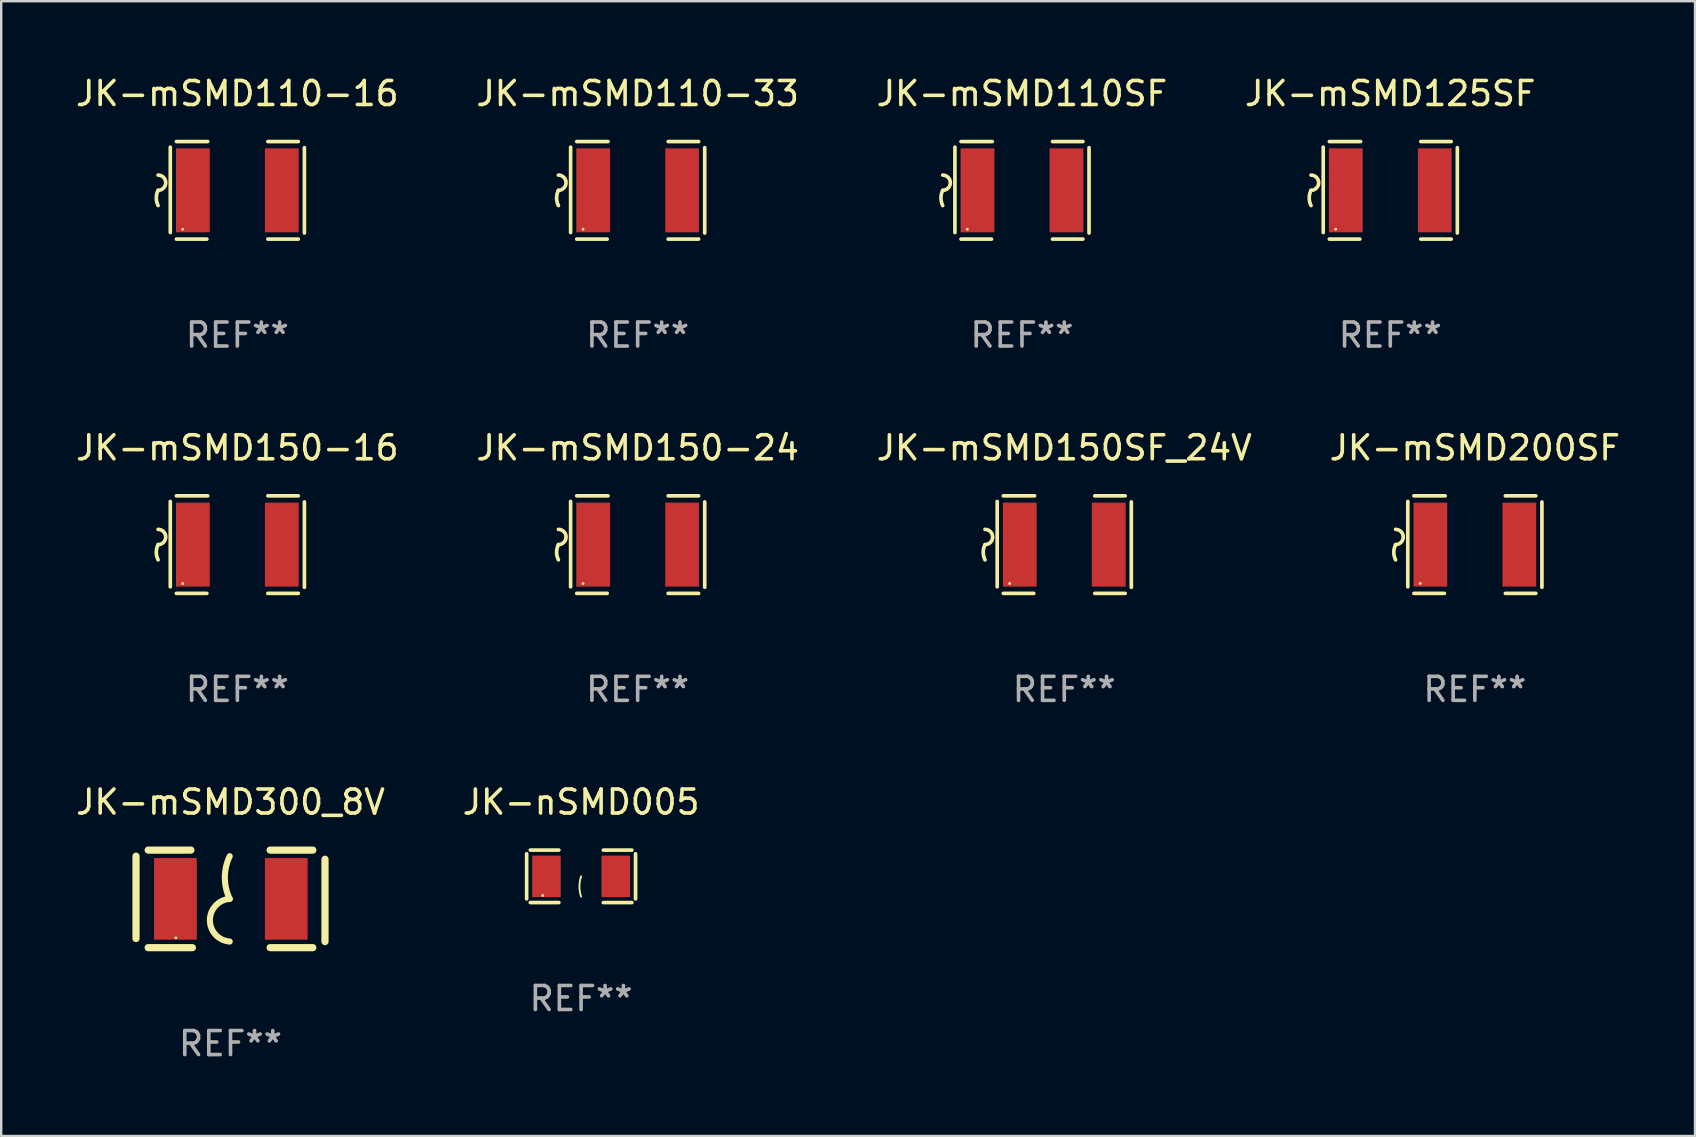
<source format=kicad_pcb>
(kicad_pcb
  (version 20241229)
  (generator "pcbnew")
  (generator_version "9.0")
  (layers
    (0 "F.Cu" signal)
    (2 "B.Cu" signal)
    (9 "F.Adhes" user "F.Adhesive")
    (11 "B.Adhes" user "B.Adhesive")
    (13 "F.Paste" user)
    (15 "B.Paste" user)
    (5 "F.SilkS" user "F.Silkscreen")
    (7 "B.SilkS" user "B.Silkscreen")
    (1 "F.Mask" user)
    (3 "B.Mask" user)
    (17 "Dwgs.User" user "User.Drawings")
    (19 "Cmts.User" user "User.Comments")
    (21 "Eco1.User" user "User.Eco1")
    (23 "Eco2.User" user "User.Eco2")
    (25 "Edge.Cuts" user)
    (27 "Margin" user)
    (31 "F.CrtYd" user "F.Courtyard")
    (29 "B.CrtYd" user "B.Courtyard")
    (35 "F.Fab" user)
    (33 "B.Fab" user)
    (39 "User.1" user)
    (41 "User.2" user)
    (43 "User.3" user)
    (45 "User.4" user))
  (footprint "JK-mSMD150SF_24V"
    (layer "F.Cu")
    (at 41.292 19.641)
    (property "Reference" "JK-mSMD150SF_24V" (at 0 -4.032 0) (layer "F.SilkS") (effects (font (size 1 1) (thickness 0.15))))
    (attr through_hole)
    (fp_line (start -2.794 -1.798) (end -2.794 1.758) (stroke (width 0.152) (type solid)) (layer "F.SilkS"))
    (fp_line (start -2.54 -2.032) (end -1.235 -2.032) (stroke (width 0.152) (type solid)) (layer "F.SilkS"))
    (fp_line (start -1.27 2.032) (end -2.54 2.032) (stroke (width 0.152) (type solid)) (layer "F.SilkS"))
    (fp_line (start 1.27 2.032) (end 2.54 2.032) (stroke (width 0.152) (type solid)) (layer "F.SilkS"))
    (fp_line (start 2.54 -2.032) (end 1.27 -2.032) (stroke (width 0.152) (type solid)) (layer "F.SilkS"))
    (fp_line (start 2.794 -1.778) (end 2.794 1.778) (stroke (width 0.152) (type solid)) (layer "F.SilkS"))
    (fp_arc (start -3.302007 -0.635002) (mid -2.984506 -0.317501) (end -3.302007 0) (stroke (width 0.151994) (type solid)) (layer "F.SilkS"))
    (fp_arc (start -3.302007 0.635002) (mid -3.376959 0.317501) (end -3.302007 0) (stroke (width 0.151994) (type solid)) (layer "F.SilkS"))
    (fp_circle (center -2.275 1.62) (end -2.245 1.62) (stroke (width 0.06) (type solid)) (fill no) (layer "F.SilkS"))
    (fp_text user "REF**" (at 0 6.032 0) (layer "F.Fab") (effects (font (size 1 1) (thickness 0.15))))
    (pad "1" smd rect (at -1.853 0) (size 1.407 3.499) (layers "F.Cu" "F.Mask" "F.Paste"))
    (pad "2" smd rect (at 1.853 0) (size 1.407 3.499) (layers "F.Cu" "F.Mask" "F.Paste")))
  (footprint "JK-mSMD110-33"
    (layer "F.Cu")
    (at 23.518 4.88)
    (property "Reference" "JK-mSMD110-33" (at 0 -4.032 0) (layer "F.SilkS") (effects (font (size 1 1) (thickness 0.15))))
    (attr through_hole)
    (fp_line (start -2.794 -1.798) (end -2.794 1.758) (stroke (width 0.152) (type solid)) (layer "F.SilkS"))
    (fp_line (start -2.54 -2.032) (end -1.235 -2.032) (stroke (width 0.152) (type solid)) (layer "F.SilkS"))
    (fp_line (start -1.27 2.032) (end -2.54 2.032) (stroke (width 0.152) (type solid)) (layer "F.SilkS"))
    (fp_line (start 1.27 2.032) (end 2.54 2.032) (stroke (width 0.152) (type solid)) (layer "F.SilkS"))
    (fp_line (start 2.54 -2.032) (end 1.27 -2.032) (stroke (width 0.152) (type solid)) (layer "F.SilkS"))
    (fp_line (start 2.794 -1.778) (end 2.794 1.778) (stroke (width 0.152) (type solid)) (layer "F.SilkS"))
    (fp_arc (start -3.302007 -0.635002) (mid -2.984506 -0.317501) (end -3.302007 0) (stroke (width 0.151994) (type solid)) (layer "F.SilkS"))
    (fp_arc (start -3.302007 0.635002) (mid -3.376959 0.317501) (end -3.302007 0) (stroke (width 0.151994) (type solid)) (layer "F.SilkS"))
    (fp_circle (center -2.275 1.62) (end -2.245 1.62) (stroke (width 0.06) (type solid)) (fill no) (layer "F.SilkS"))
    (fp_text user "REF**" (at 0 6.032 0) (layer "F.Fab") (effects (font (size 1 1) (thickness 0.15))))
    (pad "1" smd rect (at -1.853 0) (size 1.407 3.499) (layers "F.Cu" "F.Mask" "F.Paste"))
    (pad "2" smd rect (at 1.853 0) (size 1.407 3.499) (layers "F.Cu" "F.Mask" "F.Paste")))
  (footprint "JK-mSMD300_8V"
    (layer "F.Cu")
    (at 6.554 34.401)
    (property "Reference" "JK-mSMD300_8V" (at 0 -4.032 0) (layer "F.SilkS") (effects (font (size 1 1) (thickness 0.15))))
    (attr through_hole)
    (fp_line (start -3.937 -1.778) (end -3.937 1.651) (stroke (width 0.3) (type solid)) (layer "F.SilkS"))
    (fp_line (start -3.429 2.032) (end -1.588 2.032) (stroke (width 0.3) (type solid)) (layer "F.SilkS"))
    (fp_line (start -1.651 -2.032) (end -3.429 -2.032) (stroke (width 0.3) (type solid)) (layer "F.SilkS"))
    (fp_line (start 1.651 2.032) (end 3.429 2.032) (stroke (width 0.3) (type solid)) (layer "F.SilkS"))
    (fp_line (start 3.429 -2.032) (end 1.651 -2.032) (stroke (width 0.3) (type solid)) (layer "F.SilkS"))
    (fp_line (start 3.937 1.778) (end 3.937 -1.651) (stroke (width 0.3) (type solid)) (layer "F.SilkS"))
    (fp_arc (start -0.033147 -0.000001) (mid -0.236293 -0.889002) (end -0.033147 -1.778004) (stroke (width 0.254001) (type solid)) (layer "F.SilkS"))
    (fp_arc (start -0.033147 1.778004) (mid -0.858935 0.889002) (end -0.033146 0) (stroke (width 0.254001) (type solid)) (layer "F.SilkS"))
    (fp_circle (center -2.274 1.625) (end -2.244 1.625) (stroke (width 0.06) (type solid)) (fill no) (layer "F.SilkS"))
    (fp_text user "REF**" (at 0 6.032 0) (layer "F.Fab") (effects (font (size 1 1) (thickness 0.15))))
    (pad "1" smd rect (at -2.295 0) (size 1.78 3.4) (layers "F.Cu" "F.Mask" "F.Paste"))
    (pad "2" smd rect (at 2.323 0) (size 1.78 3.4) (layers "F.Cu" "F.Mask" "F.Paste")))
  (footprint "JK-mSMD110-16"
    (layer "F.Cu")
    (at 6.839 4.88)
    (property "Reference" "JK-mSMD110-16" (at 0 -4.032 0) (layer "F.SilkS") (effects (font (size 1 1) (thickness 0.15))))
    (attr through_hole)
    (fp_line (start -2.794 -1.798) (end -2.794 1.758) (stroke (width 0.152) (type solid)) (layer "F.SilkS"))
    (fp_line (start -2.54 -2.032) (end -1.235 -2.032) (stroke (width 0.152) (type solid)) (layer "F.SilkS"))
    (fp_line (start -1.27 2.032) (end -2.54 2.032) (stroke (width 0.152) (type solid)) (layer "F.SilkS"))
    (fp_line (start 1.27 2.032) (end 2.54 2.032) (stroke (width 0.152) (type solid)) (layer "F.SilkS"))
    (fp_line (start 2.54 -2.032) (end 1.27 -2.032) (stroke (width 0.152) (type solid)) (layer "F.SilkS"))
    (fp_line (start 2.794 -1.778) (end 2.794 1.778) (stroke (width 0.152) (type solid)) (layer "F.SilkS"))
    (fp_arc (start -3.302007 -0.635002) (mid -2.984506 -0.317501) (end -3.302007 0) (stroke (width 0.151994) (type solid)) (layer "F.SilkS"))
    (fp_arc (start -3.302007 0.635002) (mid -3.376959 0.317501) (end -3.302007 0) (stroke (width 0.151994) (type solid)) (layer "F.SilkS"))
    (fp_circle (center -2.275 1.62) (end -2.245 1.62) (stroke (width 0.06) (type solid)) (fill no) (layer "F.SilkS"))
    (fp_text user "REF**" (at 0 6.032 0) (layer "F.Fab") (effects (font (size 1 1) (thickness 0.15))))
    (pad "1" smd rect (at -1.853 0) (size 1.407 3.499) (layers "F.Cu" "F.Mask" "F.Paste"))
    (pad "2" smd rect (at 1.853 0) (size 1.407 3.499) (layers "F.Cu" "F.Mask" "F.Paste")))
  (footprint "JK-mSMD110SF"
    (layer "F.Cu")
    (at 39.53 4.88)
    (property "Reference" "JK-mSMD110SF" (at 0 -4.032 0) (layer "F.SilkS") (effects (font (size 1 1) (thickness 0.15))))
    (attr through_hole)
    (fp_line (start -2.794 -1.798) (end -2.794 1.758) (stroke (width 0.152) (type solid)) (layer "F.SilkS"))
    (fp_line (start -2.54 -2.032) (end -1.235 -2.032) (stroke (width 0.152) (type solid)) (layer "F.SilkS"))
    (fp_line (start -1.27 2.032) (end -2.54 2.032) (stroke (width 0.152) (type solid)) (layer "F.SilkS"))
    (fp_line (start 1.27 2.032) (end 2.54 2.032) (stroke (width 0.152) (type solid)) (layer "F.SilkS"))
    (fp_line (start 2.54 -2.032) (end 1.27 -2.032) (stroke (width 0.152) (type solid)) (layer "F.SilkS"))
    (fp_line (start 2.794 -1.778) (end 2.794 1.778) (stroke (width 0.152) (type solid)) (layer "F.SilkS"))
    (fp_arc (start -3.302007 -0.635002) (mid -2.984506 -0.317501) (end -3.302007 0) (stroke (width 0.151994) (type solid)) (layer "F.SilkS"))
    (fp_arc (start -3.302007 0.635002) (mid -3.376959 0.317501) (end -3.302007 0) (stroke (width 0.151994) (type solid)) (layer "F.SilkS"))
    (fp_circle (center -2.275 1.62) (end -2.245 1.62) (stroke (width 0.06) (type solid)) (fill no) (layer "F.SilkS"))
    (fp_text user "REF**" (at 0 6.032 0) (layer "F.Fab") (effects (font (size 1 1) (thickness 0.15))))
    (pad "1" smd rect (at -1.853 0) (size 1.407 3.499) (layers "F.Cu" "F.Mask" "F.Paste"))
    (pad "2" smd rect (at 1.853 0) (size 1.407 3.499) (layers "F.Cu" "F.Mask" "F.Paste")))
  (footprint "JK-mSMD200SF"
    (layer "F.Cu")
    (at 58.399 19.641)
    (property "Reference" "JK-mSMD200SF" (at 0 -4.032 0) (layer "F.SilkS") (effects (font (size 1 1) (thickness 0.15))))
    (attr through_hole)
    (fp_line (start -2.794 -1.798) (end -2.794 1.758) (stroke (width 0.152) (type solid)) (layer "F.SilkS"))
    (fp_line (start -2.54 -2.032) (end -1.235 -2.032) (stroke (width 0.152) (type solid)) (layer "F.SilkS"))
    (fp_line (start -1.27 2.032) (end -2.54 2.032) (stroke (width 0.152) (type solid)) (layer "F.SilkS"))
    (fp_line (start 1.27 2.032) (end 2.54 2.032) (stroke (width 0.152) (type solid)) (layer "F.SilkS"))
    (fp_line (start 2.54 -2.032) (end 1.27 -2.032) (stroke (width 0.152) (type solid)) (layer "F.SilkS"))
    (fp_line (start 2.794 -1.778) (end 2.794 1.778) (stroke (width 0.152) (type solid)) (layer "F.SilkS"))
    (fp_arc (start -3.302007 -0.635002) (mid -2.984506 -0.317501) (end -3.302007 0) (stroke (width 0.151994) (type solid)) (layer "F.SilkS"))
    (fp_arc (start -3.302007 0.635002) (mid -3.376959 0.317501) (end -3.302007 0) (stroke (width 0.151994) (type solid)) (layer "F.SilkS"))
    (fp_circle (center -2.275 1.62) (end -2.245 1.62) (stroke (width 0.06) (type solid)) (fill no) (layer "F.SilkS"))
    (fp_text user "REF**" (at 0 6.032 0) (layer "F.Fab") (effects (font (size 1 1) (thickness 0.15))))
    (pad "1" smd rect (at -1.853 0) (size 1.407 3.499) (layers "F.Cu" "F.Mask" "F.Paste"))
    (pad "2" smd rect (at 1.853 0) (size 1.407 3.499) (layers "F.Cu" "F.Mask" "F.Paste")))
  (footprint "JK-mSMD150-16"
    (layer "F.Cu")
    (at 6.839 19.641)
    (property "Reference" "JK-mSMD150-16" (at 0 -4.032 0) (layer "F.SilkS") (effects (font (size 1 1) (thickness 0.15))))
    (attr through_hole)
    (fp_line (start -2.794 -1.798) (end -2.794 1.758) (stroke (width 0.152) (type solid)) (layer "F.SilkS"))
    (fp_line (start -2.54 -2.032) (end -1.235 -2.032) (stroke (width 0.152) (type solid)) (layer "F.SilkS"))
    (fp_line (start -1.27 2.032) (end -2.54 2.032) (stroke (width 0.152) (type solid)) (layer "F.SilkS"))
    (fp_line (start 1.27 2.032) (end 2.54 2.032) (stroke (width 0.152) (type solid)) (layer "F.SilkS"))
    (fp_line (start 2.54 -2.032) (end 1.27 -2.032) (stroke (width 0.152) (type solid)) (layer "F.SilkS"))
    (fp_line (start 2.794 -1.778) (end 2.794 1.778) (stroke (width 0.152) (type solid)) (layer "F.SilkS"))
    (fp_arc (start -3.302007 -0.635002) (mid -2.984506 -0.317501) (end -3.302007 0) (stroke (width 0.151994) (type solid)) (layer "F.SilkS"))
    (fp_arc (start -3.302007 0.635002) (mid -3.376959 0.317501) (end -3.302007 0) (stroke (width 0.151994) (type solid)) (layer "F.SilkS"))
    (fp_circle (center -2.275 1.62) (end -2.245 1.62) (stroke (width 0.06) (type solid)) (fill no) (layer "F.SilkS"))
    (fp_text user "REF**" (at 0 6.032 0) (layer "F.Fab") (effects (font (size 1 1) (thickness 0.15))))
    (pad "1" smd rect (at -1.853 0) (size 1.407 3.499) (layers "F.Cu" "F.Mask" "F.Paste"))
    (pad "2" smd rect (at 1.853 0) (size 1.407 3.499) (layers "F.Cu" "F.Mask" "F.Paste")))
  (footprint "JK-nSMD005"
    (layer "F.Cu")
    (at 21.161 33.462)
    (property "Reference" "JK-nSMD005" (at 0 -3.093 0) (layer "F.SilkS") (effects (font (size 1 1) (thickness 0.15))))
    (attr through_hole)
    (fp_line (start -2.269 -0.94) (end -2.269 0.94) (stroke (width 0.152) (type solid)) (layer "F.SilkS"))
    (fp_line (start -2.116 1.093) (end -0.926 1.093) (stroke (width 0.152) (type solid)) (layer "F.SilkS"))
    (fp_line (start -0.926 -1.093) (end -2.116 -1.093) (stroke (width 0.152) (type solid)) (layer "F.SilkS"))
    (fp_line (start 0.926 -1.093) (end 2.116 -1.093) (stroke (width 0.152) (type solid)) (layer "F.SilkS"))
    (fp_line (start 2.116 1.093) (end 0.926 1.093) (stroke (width 0.152) (type solid)) (layer "F.SilkS"))
    (fp_line (start 2.269 -0.94) (end 2.269 0.94) (stroke (width 0.152) (type solid)) (layer "F.SilkS"))
    (fp_arc (start 0 0.844951) (mid -0.068559 0.422475) (end 0 0) (stroke (width 0.0762) (type solid)) (layer "F.SilkS"))
    (fp_circle (center -1.6 0.8) (end -1.57 0.8) (stroke (width 0.06) (type solid)) (fill no) (layer "F.SilkS"))
    (fp_text user "REF**" (at 0 5.093 0) (layer "F.Fab") (effects (font (size 1 1) (thickness 0.15))))
    (pad "1" smd rect (at -1.445 0) (size 1.19 1.728) (layers "F.Cu" "F.Mask" "F.Paste"))
    (pad "2" smd rect (at 1.445 0) (size 1.19 1.728) (layers "F.Cu" "F.Mask" "F.Paste")))
  (footprint "JK-mSMD150-24"
    (layer "F.Cu")
    (at 23.518 19.641)
    (property "Reference" "JK-mSMD150-24" (at 0 -4.032 0) (layer "F.SilkS") (effects (font (size 1 1) (thickness 0.15))))
    (attr through_hole)
    (fp_line (start -2.794 -1.798) (end -2.794 1.758) (stroke (width 0.152) (type solid)) (layer "F.SilkS"))
    (fp_line (start -2.54 -2.032) (end -1.235 -2.032) (stroke (width 0.152) (type solid)) (layer "F.SilkS"))
    (fp_line (start -1.27 2.032) (end -2.54 2.032) (stroke (width 0.152) (type solid)) (layer "F.SilkS"))
    (fp_line (start 1.27 2.032) (end 2.54 2.032) (stroke (width 0.152) (type solid)) (layer "F.SilkS"))
    (fp_line (start 2.54 -2.032) (end 1.27 -2.032) (stroke (width 0.152) (type solid)) (layer "F.SilkS"))
    (fp_line (start 2.794 -1.778) (end 2.794 1.778) (stroke (width 0.152) (type solid)) (layer "F.SilkS"))
    (fp_arc (start -3.302007 -0.635002) (mid -2.984506 -0.317501) (end -3.302007 0) (stroke (width 0.151994) (type solid)) (layer "F.SilkS"))
    (fp_arc (start -3.302007 0.635002) (mid -3.376959 0.317501) (end -3.302007 0) (stroke (width 0.151994) (type solid)) (layer "F.SilkS"))
    (fp_circle (center -2.275 1.62) (end -2.245 1.62) (stroke (width 0.06) (type solid)) (fill no) (layer "F.SilkS"))
    (fp_text user "REF**" (at 0 6.032 0) (layer "F.Fab") (effects (font (size 1 1) (thickness 0.15))))
    (pad "1" smd rect (at -1.853 0) (size 1.407 3.499) (layers "F.Cu" "F.Mask" "F.Paste"))
    (pad "2" smd rect (at 1.853 0) (size 1.407 3.499) (layers "F.Cu" "F.Mask" "F.Paste")))
  (footprint "JK-mSMD125SF"
    (layer "F.Cu")
    (at 54.875 4.88)
    (property "Reference" "JK-mSMD125SF" (at 0 -4.032 0) (layer "F.SilkS") (effects (font (size 1 1) (thickness 0.15))))
    (attr through_hole)
    (fp_line (start -2.794 -1.798) (end -2.794 1.758) (stroke (width 0.152) (type solid)) (layer "F.SilkS"))
    (fp_line (start -2.54 -2.032) (end -1.235 -2.032) (stroke (width 0.152) (type solid)) (layer "F.SilkS"))
    (fp_line (start -1.27 2.032) (end -2.54 2.032) (stroke (width 0.152) (type solid)) (layer "F.SilkS"))
    (fp_line (start 1.27 2.032) (end 2.54 2.032) (stroke (width 0.152) (type solid)) (layer "F.SilkS"))
    (fp_line (start 2.54 -2.032) (end 1.27 -2.032) (stroke (width 0.152) (type solid)) (layer "F.SilkS"))
    (fp_line (start 2.794 -1.778) (end 2.794 1.778) (stroke (width 0.152) (type solid)) (layer "F.SilkS"))
    (fp_arc (start -3.302007 -0.635002) (mid -2.984506 -0.317501) (end -3.302007 0) (stroke (width 0.151994) (type solid)) (layer "F.SilkS"))
    (fp_arc (start -3.302007 0.635002) (mid -3.376959 0.317501) (end -3.302007 0) (stroke (width 0.151994) (type solid)) (layer "F.SilkS"))
    (fp_circle (center -2.275 1.62) (end -2.245 1.62) (stroke (width 0.06) (type solid)) (fill no) (layer "F.SilkS"))
    (fp_text user "REF**" (at 0 6.032 0) (layer "F.Fab") (effects (font (size 1 1) (thickness 0.15))))
    (pad "1" smd rect (at -1.853 0) (size 1.407 3.499) (layers "F.Cu" "F.Mask" "F.Paste"))
    (pad "2" smd rect (at 1.853 0) (size 1.407 3.499) (layers "F.Cu" "F.Mask" "F.Paste")))
  (gr_rect
    (start -3 -3)
    (end 67.571 44.282)
    (stroke (width 0.1) (type default))
    (fill no)
    (layer "Edge.Cuts")))
</source>
